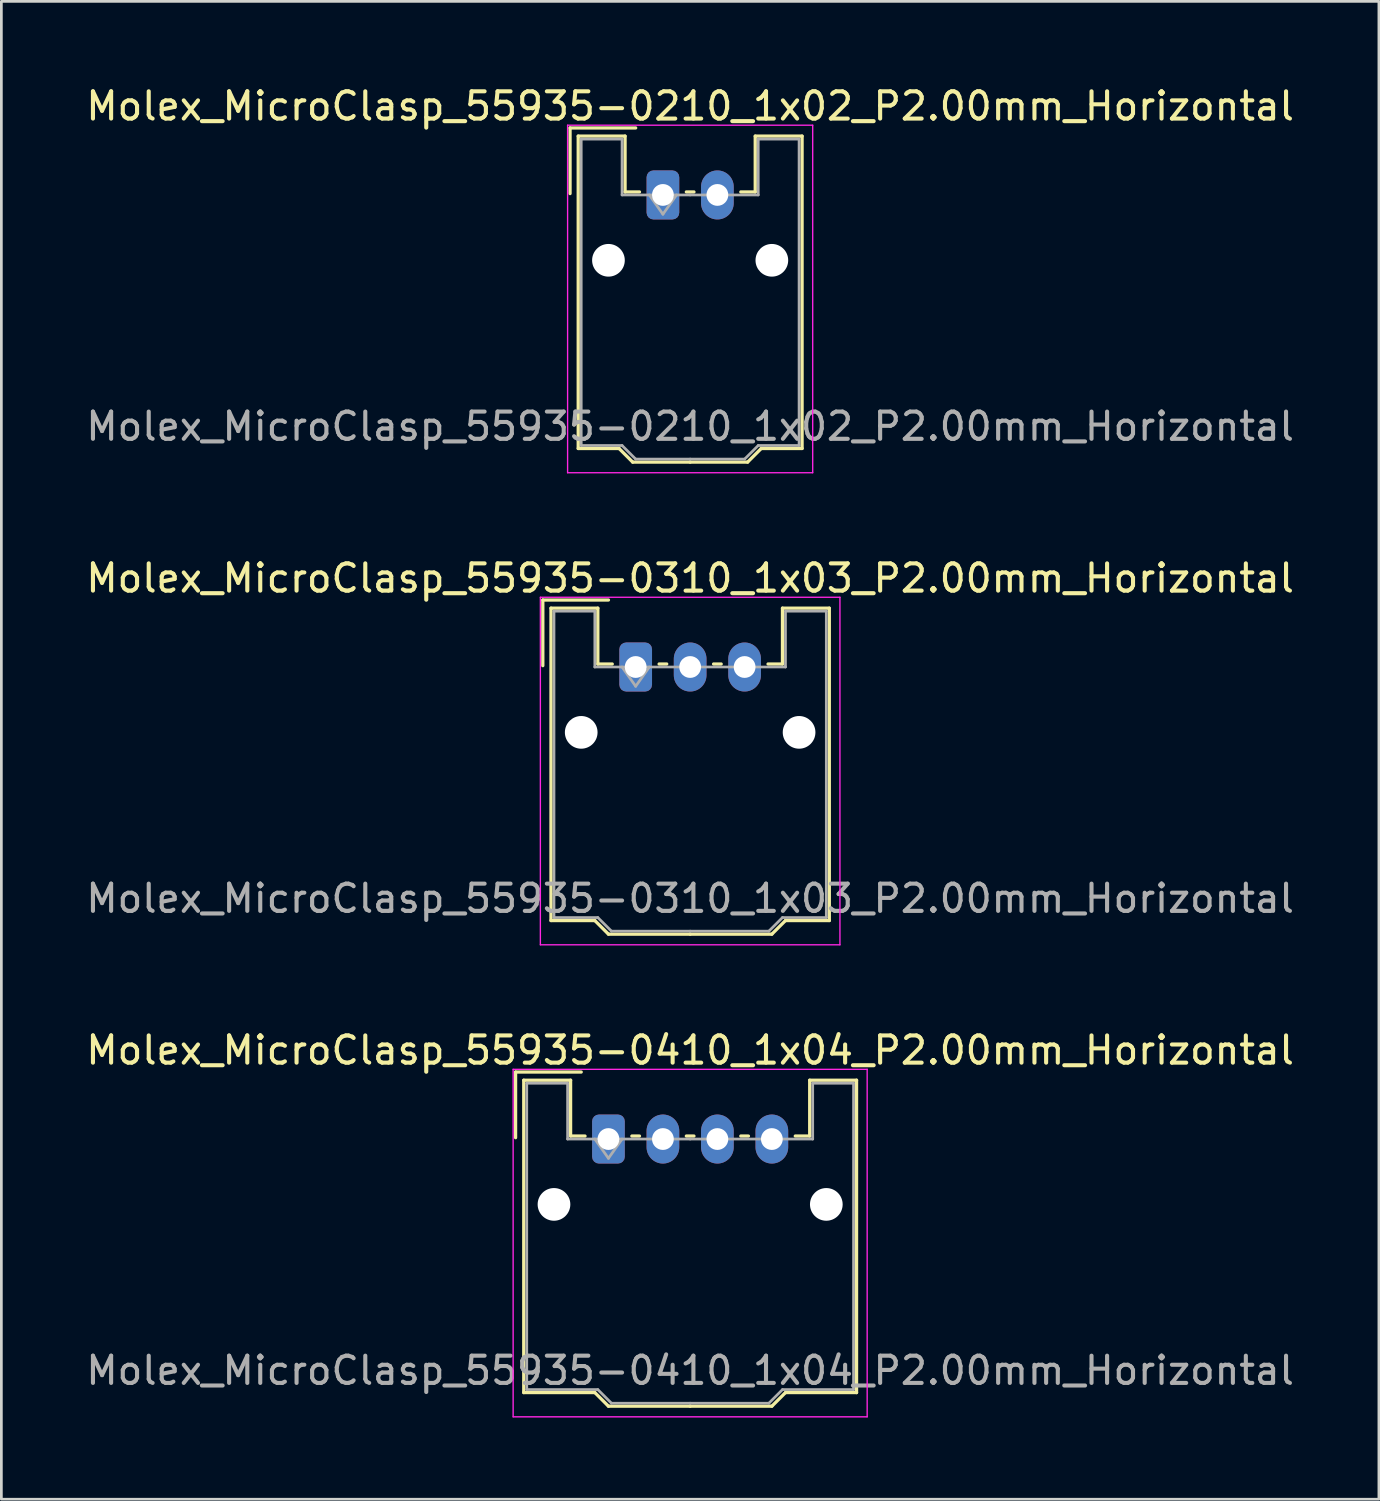
<source format=kicad_pcb>
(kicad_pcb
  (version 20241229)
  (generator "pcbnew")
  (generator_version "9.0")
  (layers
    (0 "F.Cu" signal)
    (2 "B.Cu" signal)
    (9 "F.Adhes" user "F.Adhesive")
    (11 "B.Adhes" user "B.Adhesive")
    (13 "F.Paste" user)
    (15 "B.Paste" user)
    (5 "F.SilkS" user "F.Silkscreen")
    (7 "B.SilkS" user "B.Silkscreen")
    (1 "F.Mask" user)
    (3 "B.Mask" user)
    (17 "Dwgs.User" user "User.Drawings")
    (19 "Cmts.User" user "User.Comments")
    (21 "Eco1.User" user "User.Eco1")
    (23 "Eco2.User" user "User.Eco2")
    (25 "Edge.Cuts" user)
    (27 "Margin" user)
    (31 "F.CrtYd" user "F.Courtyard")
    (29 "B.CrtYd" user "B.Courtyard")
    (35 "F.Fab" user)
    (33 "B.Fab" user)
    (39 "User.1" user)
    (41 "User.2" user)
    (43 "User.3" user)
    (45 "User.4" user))
  (footprint "Molex_MicroClasp_55935-0310_1x03_P2.00mm_Horizontal"
    (layer "F.Cu")
    (at 20.292 21.442)
    (property "Reference" "Molex_MicroClasp_55935-0310_1x03_P2.00mm_Horizontal" (at 2 -3.26 0) (layer "F.SilkS") (effects (font (size 1 1) (thickness 0.15))))
    (attr through_hole)
    (fp_line (start -3.41 -2.46) (end -1 -2.46) (stroke (width 0.12) (type solid)) (layer "F.SilkS"))
    (fp_line (start -3.41 -0.05) (end -3.41 -2.46) (stroke (width 0.12) (type solid)) (layer "F.SilkS"))
    (fp_line (start -3.11 -2.16) (end -1.39 -2.16) (stroke (width 0.12) (type solid)) (layer "F.SilkS"))
    (fp_line (start -3.11 9.31) (end -3.11 -2.16) (stroke (width 0.12) (type solid)) (layer "F.SilkS"))
    (fp_line (start -1.5 9.31) (end -3.11 9.31) (stroke (width 0.12) (type solid)) (layer "F.SilkS"))
    (fp_line (start -1.39 -2.16) (end -1.39 -0.11) (stroke (width 0.12) (type solid)) (layer "F.SilkS"))
    (fp_line (start -1.39 -0.11) (end -0.86 -0.11) (stroke (width 0.12) (type solid)) (layer "F.SilkS"))
    (fp_line (start -1 9.81) (end -1.5 9.31) (stroke (width 0.12) (type solid)) (layer "F.SilkS"))
    (fp_line (start 0.86 -0.11) (end 1.14 -0.11) (stroke (width 0.12) (type solid)) (layer "F.SilkS"))
    (fp_line (start 2 9.81) (end -1 9.81) (stroke (width 0.12) (type solid)) (layer "F.SilkS"))
    (fp_line (start 2 9.81) (end 5 9.81) (stroke (width 0.12) (type solid)) (layer "F.SilkS"))
    (fp_line (start 2.86 -0.11) (end 3.14 -0.11) (stroke (width 0.12) (type solid)) (layer "F.SilkS"))
    (fp_line (start 5 9.81) (end 5.5 9.31) (stroke (width 0.12) (type solid)) (layer "F.SilkS"))
    (fp_line (start 5.39 -2.16) (end 5.39 -0.11) (stroke (width 0.12) (type solid)) (layer "F.SilkS"))
    (fp_line (start 5.39 -0.11) (end 4.86 -0.11) (stroke (width 0.12) (type solid)) (layer "F.SilkS"))
    (fp_line (start 5.5 9.31) (end 7.11 9.31) (stroke (width 0.12) (type solid)) (layer "F.SilkS"))
    (fp_line (start 7.11 -2.16) (end 5.39 -2.16) (stroke (width 0.12) (type solid)) (layer "F.SilkS"))
    (fp_line (start 7.11 9.31) (end 7.11 -2.16) (stroke (width 0.12) (type solid)) (layer "F.SilkS"))
    (fp_line (start -3.5 -2.56) (end -3.5 10.2) (stroke (width 0.05) (type solid)) (layer "F.CrtYd"))
    (fp_line (start -3.5 10.2) (end 7.5 10.2) (stroke (width 0.05) (type solid)) (layer "F.CrtYd"))
    (fp_line (start 7.5 -2.56) (end -3.5 -2.56) (stroke (width 0.05) (type solid)) (layer "F.CrtYd"))
    (fp_line (start 7.5 10.2) (end 7.5 -2.56) (stroke (width 0.05) (type solid)) (layer "F.CrtYd"))
    (fp_line (start -3 -2.05) (end -1.5 -2.05) (stroke (width 0.1) (type solid)) (layer "F.Fab"))
    (fp_line (start -3 9.2) (end -3 -2.05) (stroke (width 0.1) (type solid)) (layer "F.Fab"))
    (fp_line (start -1.5 -2.05) (end -1.5 0) (stroke (width 0.1) (type solid)) (layer "F.Fab"))
    (fp_line (start -1.5 0) (end 2 0) (stroke (width 0.1) (type solid)) (layer "F.Fab"))
    (fp_line (start -1.39 9.2) (end -3 9.2) (stroke (width 0.1) (type solid)) (layer "F.Fab"))
    (fp_line (start -0.89 9.7) (end -1.39 9.2) (stroke (width 0.1) (type solid)) (layer "F.Fab"))
    (fp_line (start -0.5 0) (end 0 0.707) (stroke (width 0.1) (type solid)) (layer "F.Fab"))
    (fp_line (start 0 0.707) (end 0.5 0) (stroke (width 0.1) (type solid)) (layer "F.Fab"))
    (fp_line (start 2 9.7) (end -0.89 9.7) (stroke (width 0.1) (type solid)) (layer "F.Fab"))
    (fp_line (start 2 9.7) (end 4.89 9.7) (stroke (width 0.1) (type solid)) (layer "F.Fab"))
    (fp_line (start 4.89 9.7) (end 5.39 9.2) (stroke (width 0.1) (type solid)) (layer "F.Fab"))
    (fp_line (start 5.39 9.2) (end 7 9.2) (stroke (width 0.1) (type solid)) (layer "F.Fab"))
    (fp_line (start 5.5 -2.05) (end 5.5 0) (stroke (width 0.1) (type solid)) (layer "F.Fab"))
    (fp_line (start 5.5 0) (end 2 0) (stroke (width 0.1) (type solid)) (layer "F.Fab"))
    (fp_line (start 7 -2.05) (end 5.5 -2.05) (stroke (width 0.1) (type solid)) (layer "F.Fab"))
    (fp_line (start 7 9.2) (end 7 -2.05) (stroke (width 0.1) (type solid)) (layer "F.Fab"))
    (fp_text user "${REFERENCE}" (at 2 8.5 0) (layer "F.Fab") (effects (font (size 1 1) (thickness 0.15))))
    (pad "" np_thru_hole circle (at -2 2.4) (size 1.2 1.2) (drill 1.2) (layers "*.Cu" "*.Mask"))
    (pad "" np_thru_hole circle (at 6 2.4) (size 1.2 1.2) (drill 1.2) (layers "*.Cu" "*.Mask"))
    (pad "1" thru_hole roundrect (at 0 0) (size 1.2 1.8) (drill 0.8) (layers "*.Cu" "*.Mask") (roundrect_rratio 0.208))
    (pad "2" thru_hole oval (at 2 0) (size 1.2 1.8) (drill 0.8) (layers "*.Cu" "*.Mask"))
    (pad "3" thru_hole oval (at 4 0) (size 1.2 1.8) (drill 0.8) (layers "*.Cu" "*.Mask")))
  (footprint "Molex_MicroClasp_55935-0410_1x04_P2.00mm_Horizontal"
    (layer "F.Cu")
    (at 19.292 38.775)
    (property "Reference" "Molex_MicroClasp_55935-0410_1x04_P2.00mm_Horizontal" (at 3 -3.26 0) (layer "F.SilkS") (effects (font (size 1 1) (thickness 0.15))))
    (attr through_hole)
    (fp_line (start -3.41 -2.46) (end -1 -2.46) (stroke (width 0.12) (type solid)) (layer "F.SilkS"))
    (fp_line (start -3.41 -0.05) (end -3.41 -2.46) (stroke (width 0.12) (type solid)) (layer "F.SilkS"))
    (fp_line (start -3.11 -2.16) (end -1.39 -2.16) (stroke (width 0.12) (type solid)) (layer "F.SilkS"))
    (fp_line (start -3.11 9.31) (end -3.11 -2.16) (stroke (width 0.12) (type solid)) (layer "F.SilkS"))
    (fp_line (start -1.39 -2.16) (end -1.39 -0.11) (stroke (width 0.12) (type solid)) (layer "F.SilkS"))
    (fp_line (start -1.39 -0.11) (end -0.86 -0.11) (stroke (width 0.12) (type solid)) (layer "F.SilkS"))
    (fp_line (start -0.5 9.31) (end -3.11 9.31) (stroke (width 0.12) (type solid)) (layer "F.SilkS"))
    (fp_line (start 0 9.81) (end -0.5 9.31) (stroke (width 0.12) (type solid)) (layer "F.SilkS"))
    (fp_line (start 0.86 -0.11) (end 1.14 -0.11) (stroke (width 0.12) (type solid)) (layer "F.SilkS"))
    (fp_line (start 2.86 -0.11) (end 3.14 -0.11) (stroke (width 0.12) (type solid)) (layer "F.SilkS"))
    (fp_line (start 3 9.81) (end 0 9.81) (stroke (width 0.12) (type solid)) (layer "F.SilkS"))
    (fp_line (start 3 9.81) (end 6 9.81) (stroke (width 0.12) (type solid)) (layer "F.SilkS"))
    (fp_line (start 4.86 -0.11) (end 5.14 -0.11) (stroke (width 0.12) (type solid)) (layer "F.SilkS"))
    (fp_line (start 6 9.81) (end 6.5 9.31) (stroke (width 0.12) (type solid)) (layer "F.SilkS"))
    (fp_line (start 6.5 9.31) (end 9.11 9.31) (stroke (width 0.12) (type solid)) (layer "F.SilkS"))
    (fp_line (start 7.39 -2.16) (end 7.39 -0.11) (stroke (width 0.12) (type solid)) (layer "F.SilkS"))
    (fp_line (start 7.39 -0.11) (end 6.86 -0.11) (stroke (width 0.12) (type solid)) (layer "F.SilkS"))
    (fp_line (start 9.11 -2.16) (end 7.39 -2.16) (stroke (width 0.12) (type solid)) (layer "F.SilkS"))
    (fp_line (start 9.11 9.31) (end 9.11 -2.16) (stroke (width 0.12) (type solid)) (layer "F.SilkS"))
    (fp_line (start -3.5 -2.56) (end -3.5 10.2) (stroke (width 0.05) (type solid)) (layer "F.CrtYd"))
    (fp_line (start -3.5 10.2) (end 9.5 10.2) (stroke (width 0.05) (type solid)) (layer "F.CrtYd"))
    (fp_line (start 9.5 -2.56) (end -3.5 -2.56) (stroke (width 0.05) (type solid)) (layer "F.CrtYd"))
    (fp_line (start 9.5 10.2) (end 9.5 -2.56) (stroke (width 0.05) (type solid)) (layer "F.CrtYd"))
    (fp_line (start -3 -2.05) (end -1.5 -2.05) (stroke (width 0.1) (type solid)) (layer "F.Fab"))
    (fp_line (start -3 9.2) (end -3 -2.05) (stroke (width 0.1) (type solid)) (layer "F.Fab"))
    (fp_line (start -1.5 -2.05) (end -1.5 0) (stroke (width 0.1) (type solid)) (layer "F.Fab"))
    (fp_line (start -1.5 0) (end 3 0) (stroke (width 0.1) (type solid)) (layer "F.Fab"))
    (fp_line (start -0.5 0) (end 0 0.707) (stroke (width 0.1) (type solid)) (layer "F.Fab"))
    (fp_line (start -0.39 9.2) (end -3 9.2) (stroke (width 0.1) (type solid)) (layer "F.Fab"))
    (fp_line (start 0 0.707) (end 0.5 0) (stroke (width 0.1) (type solid)) (layer "F.Fab"))
    (fp_line (start 0.11 9.7) (end -0.39 9.2) (stroke (width 0.1) (type solid)) (layer "F.Fab"))
    (fp_line (start 3 9.7) (end 0.11 9.7) (stroke (width 0.1) (type solid)) (layer "F.Fab"))
    (fp_line (start 3 9.7) (end 5.89 9.7) (stroke (width 0.1) (type solid)) (layer "F.Fab"))
    (fp_line (start 5.89 9.7) (end 6.39 9.2) (stroke (width 0.1) (type solid)) (layer "F.Fab"))
    (fp_line (start 6.39 9.2) (end 9 9.2) (stroke (width 0.1) (type solid)) (layer "F.Fab"))
    (fp_line (start 7.5 -2.05) (end 7.5 0) (stroke (width 0.1) (type solid)) (layer "F.Fab"))
    (fp_line (start 7.5 0) (end 3 0) (stroke (width 0.1) (type solid)) (layer "F.Fab"))
    (fp_line (start 9 -2.05) (end 7.5 -2.05) (stroke (width 0.1) (type solid)) (layer "F.Fab"))
    (fp_line (start 9 9.2) (end 9 -2.05) (stroke (width 0.1) (type solid)) (layer "F.Fab"))
    (fp_text user "${REFERENCE}" (at 3 8.5 0) (layer "F.Fab") (effects (font (size 1 1) (thickness 0.15))))
    (pad "" np_thru_hole circle (at -2 2.4) (size 1.2 1.2) (drill 1.2) (layers "*.Cu" "*.Mask"))
    (pad "" np_thru_hole circle (at 8 2.4) (size 1.2 1.2) (drill 1.2) (layers "*.Cu" "*.Mask"))
    (pad "1" thru_hole roundrect (at 0 0) (size 1.2 1.8) (drill 0.8) (layers "*.Cu" "*.Mask") (roundrect_rratio 0.208))
    (pad "2" thru_hole oval (at 2 0) (size 1.2 1.8) (drill 0.8) (layers "*.Cu" "*.Mask"))
    (pad "3" thru_hole oval (at 4 0) (size 1.2 1.8) (drill 0.8) (layers "*.Cu" "*.Mask"))
    (pad "4" thru_hole oval (at 6 0) (size 1.2 1.8) (drill 0.8) (layers "*.Cu" "*.Mask")))
  (footprint "Molex_MicroClasp_55935-0210_1x02_P2.00mm_Horizontal"
    (layer "F.Cu")
    (at 21.292 4.108)
    (property "Reference" "Molex_MicroClasp_55935-0210_1x02_P2.00mm_Horizontal" (at 1 -3.26 0) (layer "F.SilkS") (effects (font (size 1 1) (thickness 0.15))))
    (attr through_hole)
    (fp_line (start -3.41 -2.46) (end -1 -2.46) (stroke (width 0.12) (type solid)) (layer "F.SilkS"))
    (fp_line (start -3.41 -0.05) (end -3.41 -2.46) (stroke (width 0.12) (type solid)) (layer "F.SilkS"))
    (fp_line (start -3.11 -2.16) (end -1.39 -2.16) (stroke (width 0.12) (type solid)) (layer "F.SilkS"))
    (fp_line (start -3.11 9.31) (end -3.11 -2.16) (stroke (width 0.12) (type solid)) (layer "F.SilkS"))
    (fp_line (start -1.61 9.31) (end -3.11 9.31) (stroke (width 0.12) (type solid)) (layer "F.SilkS"))
    (fp_line (start -1.39 -2.16) (end -1.39 -0.11) (stroke (width 0.12) (type solid)) (layer "F.SilkS"))
    (fp_line (start -1.39 -0.11) (end -0.86 -0.11) (stroke (width 0.12) (type solid)) (layer "F.SilkS"))
    (fp_line (start -1.11 9.81) (end -1.61 9.31) (stroke (width 0.12) (type solid)) (layer "F.SilkS"))
    (fp_line (start 0.86 -0.11) (end 1.14 -0.11) (stroke (width 0.12) (type solid)) (layer "F.SilkS"))
    (fp_line (start 1 9.81) (end -1.11 9.81) (stroke (width 0.12) (type solid)) (layer "F.SilkS"))
    (fp_line (start 1 9.81) (end 3.11 9.81) (stroke (width 0.12) (type solid)) (layer "F.SilkS"))
    (fp_line (start 3.11 9.81) (end 3.61 9.31) (stroke (width 0.12) (type solid)) (layer "F.SilkS"))
    (fp_line (start 3.39 -2.16) (end 3.39 -0.11) (stroke (width 0.12) (type solid)) (layer "F.SilkS"))
    (fp_line (start 3.39 -0.11) (end 2.86 -0.11) (stroke (width 0.12) (type solid)) (layer "F.SilkS"))
    (fp_line (start 3.61 9.31) (end 5.11 9.31) (stroke (width 0.12) (type solid)) (layer "F.SilkS"))
    (fp_line (start 5.11 -2.16) (end 3.39 -2.16) (stroke (width 0.12) (type solid)) (layer "F.SilkS"))
    (fp_line (start 5.11 9.31) (end 5.11 -2.16) (stroke (width 0.12) (type solid)) (layer "F.SilkS"))
    (fp_line (start -3.5 -2.56) (end -3.5 10.2) (stroke (width 0.05) (type solid)) (layer "F.CrtYd"))
    (fp_line (start -3.5 10.2) (end 5.5 10.2) (stroke (width 0.05) (type solid)) (layer "F.CrtYd"))
    (fp_line (start 5.5 -2.56) (end -3.5 -2.56) (stroke (width 0.05) (type solid)) (layer "F.CrtYd"))
    (fp_line (start 5.5 10.2) (end 5.5 -2.56) (stroke (width 0.05) (type solid)) (layer "F.CrtYd"))
    (fp_line (start -3 -2.05) (end -1.5 -2.05) (stroke (width 0.1) (type solid)) (layer "F.Fab"))
    (fp_line (start -3 9.2) (end -3 -2.05) (stroke (width 0.1) (type solid)) (layer "F.Fab"))
    (fp_line (start -1.5 -2.05) (end -1.5 0) (stroke (width 0.1) (type solid)) (layer "F.Fab"))
    (fp_line (start -1.5 0) (end 1 0) (stroke (width 0.1) (type solid)) (layer "F.Fab"))
    (fp_line (start -1.5 9.2) (end -3 9.2) (stroke (width 0.1) (type solid)) (layer "F.Fab"))
    (fp_line (start -1 9.7) (end -1.5 9.2) (stroke (width 0.1) (type solid)) (layer "F.Fab"))
    (fp_line (start -0.5 0) (end 0 0.707) (stroke (width 0.1) (type solid)) (layer "F.Fab"))
    (fp_line (start 0 0.707) (end 0.5 0) (stroke (width 0.1) (type solid)) (layer "F.Fab"))
    (fp_line (start 1 9.7) (end -1 9.7) (stroke (width 0.1) (type solid)) (layer "F.Fab"))
    (fp_line (start 1 9.7) (end 3 9.7) (stroke (width 0.1) (type solid)) (layer "F.Fab"))
    (fp_line (start 3 9.7) (end 3.5 9.2) (stroke (width 0.1) (type solid)) (layer "F.Fab"))
    (fp_line (start 3.5 -2.05) (end 3.5 0) (stroke (width 0.1) (type solid)) (layer "F.Fab"))
    (fp_line (start 3.5 0) (end 1 0) (stroke (width 0.1) (type solid)) (layer "F.Fab"))
    (fp_line (start 3.5 9.2) (end 5 9.2) (stroke (width 0.1) (type solid)) (layer "F.Fab"))
    (fp_line (start 5 -2.05) (end 3.5 -2.05) (stroke (width 0.1) (type solid)) (layer "F.Fab"))
    (fp_line (start 5 9.2) (end 5 -2.05) (stroke (width 0.1) (type solid)) (layer "F.Fab"))
    (fp_text user "${REFERENCE}" (at 1 8.5 0) (layer "F.Fab") (effects (font (size 1 1) (thickness 0.15))))
    (pad "" np_thru_hole circle (at -2 2.4) (size 1.2 1.2) (drill 1.2) (layers "*.Cu" "*.Mask"))
    (pad "" np_thru_hole circle (at 4 2.4) (size 1.2 1.2) (drill 1.2) (layers "*.Cu" "*.Mask"))
    (pad "1" thru_hole roundrect (at 0 0) (size 1.2 1.8) (drill 0.8) (layers "*.Cu" "*.Mask") (roundrect_rratio 0.208))
    (pad "2" thru_hole oval (at 2 0) (size 1.2 1.8) (drill 0.8) (layers "*.Cu" "*.Mask")))
  (gr_rect
    (start -3 -3)
    (end 47.583 52)
    (stroke (width 0.1) (type default))
    (fill no)
    (layer "Edge.Cuts")))
</source>
